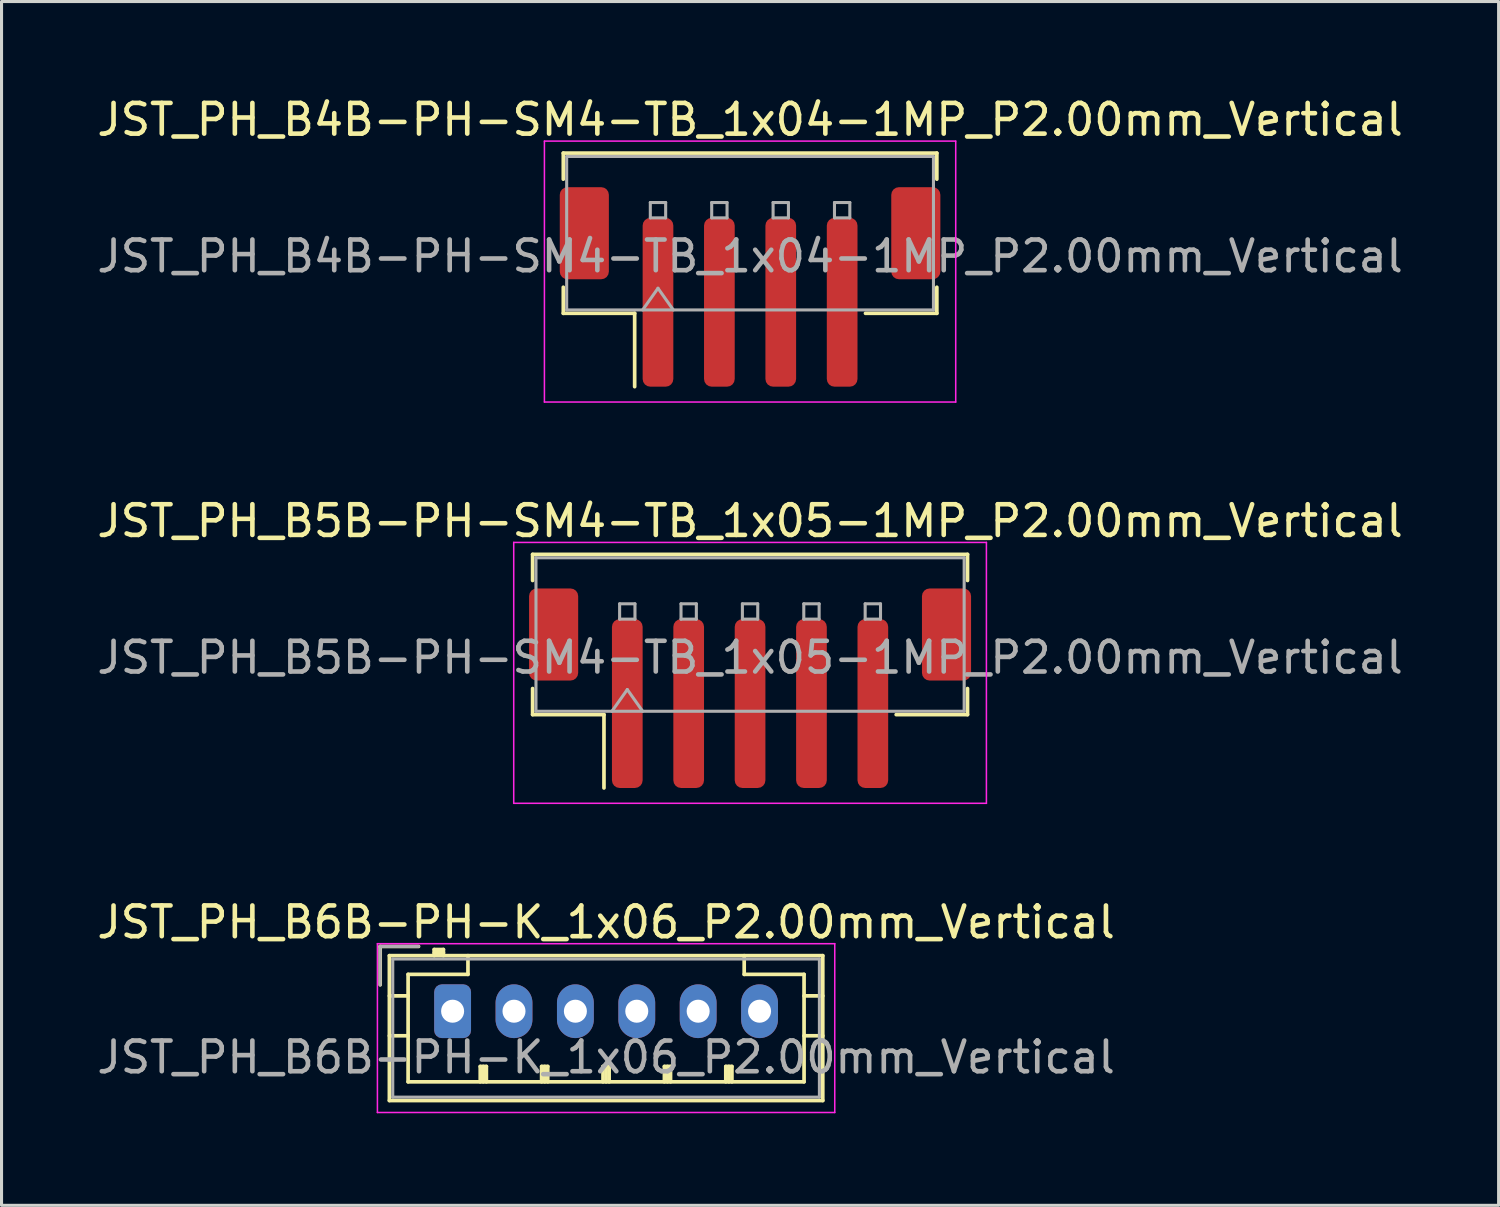
<source format=kicad_pcb>
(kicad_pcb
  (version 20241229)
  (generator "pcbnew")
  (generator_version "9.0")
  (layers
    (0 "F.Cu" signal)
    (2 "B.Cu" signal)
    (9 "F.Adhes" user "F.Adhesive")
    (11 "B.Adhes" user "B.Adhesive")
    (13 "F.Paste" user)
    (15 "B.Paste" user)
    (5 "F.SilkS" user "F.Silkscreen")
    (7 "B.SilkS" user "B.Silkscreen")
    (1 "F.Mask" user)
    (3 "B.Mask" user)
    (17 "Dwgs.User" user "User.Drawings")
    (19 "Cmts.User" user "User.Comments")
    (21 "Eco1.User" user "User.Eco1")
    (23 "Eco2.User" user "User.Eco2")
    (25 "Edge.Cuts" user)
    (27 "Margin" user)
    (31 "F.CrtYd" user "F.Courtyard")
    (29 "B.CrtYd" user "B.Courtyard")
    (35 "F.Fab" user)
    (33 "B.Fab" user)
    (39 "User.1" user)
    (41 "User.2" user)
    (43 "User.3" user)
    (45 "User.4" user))
  (footprint "JST_PH_B4B-PH-SM4-TB_1x04-1MP_P2.00mm_Vertical"
    (layer "F.Cu")
    (at 21.387 6.298)
    (property "Reference" "JST_PH_B4B-PH-SM4-TB_1x04-1MP_P2.00mm_Vertical" (at 0 -5.45 0) (layer "F.SilkS") (effects (font (size 1 1) (thickness 0.15))))
    (attr smd)
    (fp_line (start -6.085 -4.36) (end 6.085 -4.36) (stroke (width 0.12) (type solid)) (layer "F.SilkS"))
    (fp_line (start -6.085 -3.51) (end -6.085 -4.36) (stroke (width 0.12) (type solid)) (layer "F.SilkS"))
    (fp_line (start -6.085 0.01) (end -6.085 0.86) (stroke (width 0.12) (type solid)) (layer "F.SilkS"))
    (fp_line (start -6.085 0.86) (end -3.76 0.86) (stroke (width 0.12) (type solid)) (layer "F.SilkS"))
    (fp_line (start -3.76 0.86) (end -3.76 3.25) (stroke (width 0.12) (type solid)) (layer "F.SilkS"))
    (fp_line (start 6.085 -4.36) (end 6.085 -3.51) (stroke (width 0.12) (type solid)) (layer "F.SilkS"))
    (fp_line (start 6.085 0.01) (end 6.085 0.86) (stroke (width 0.12) (type solid)) (layer "F.SilkS"))
    (fp_line (start 6.085 0.86) (end 3.76 0.86) (stroke (width 0.12) (type solid)) (layer "F.SilkS"))
    (fp_line (start -6.7 -4.75) (end -6.7 3.75) (stroke (width 0.05) (type solid)) (layer "F.CrtYd"))
    (fp_line (start -6.7 3.75) (end 6.7 3.75) (stroke (width 0.05) (type solid)) (layer "F.CrtYd"))
    (fp_line (start 6.7 -4.75) (end -6.7 -4.75) (stroke (width 0.05) (type solid)) (layer "F.CrtYd"))
    (fp_line (start 6.7 3.75) (end 6.7 -4.75) (stroke (width 0.05) (type solid)) (layer "F.CrtYd"))
    (fp_line (start -5.975 -4.25) (end 5.975 -4.25) (stroke (width 0.1) (type solid)) (layer "F.Fab"))
    (fp_line (start -5.975 0.75) (end -5.975 -4.25) (stroke (width 0.1) (type solid)) (layer "F.Fab"))
    (fp_line (start -5.975 0.75) (end 5.975 0.75) (stroke (width 0.1) (type solid)) (layer "F.Fab"))
    (fp_line (start -3.5 0.75) (end -3 0.043) (stroke (width 0.1) (type solid)) (layer "F.Fab"))
    (fp_line (start -3.25 -2.75) (end -3.25 -2.25) (stroke (width 0.1) (type solid)) (layer "F.Fab"))
    (fp_line (start -3.25 -2.25) (end -2.75 -2.25) (stroke (width 0.1) (type solid)) (layer "F.Fab"))
    (fp_line (start -3 0.043) (end -2.5 0.75) (stroke (width 0.1) (type solid)) (layer "F.Fab"))
    (fp_line (start -2.75 -2.75) (end -3.25 -2.75) (stroke (width 0.1) (type solid)) (layer "F.Fab"))
    (fp_line (start -2.75 -2.25) (end -2.75 -2.75) (stroke (width 0.1) (type solid)) (layer "F.Fab"))
    (fp_line (start -1.25 -2.75) (end -1.25 -2.25) (stroke (width 0.1) (type solid)) (layer "F.Fab"))
    (fp_line (start -1.25 -2.25) (end -0.75 -2.25) (stroke (width 0.1) (type solid)) (layer "F.Fab"))
    (fp_line (start -0.75 -2.75) (end -1.25 -2.75) (stroke (width 0.1) (type solid)) (layer "F.Fab"))
    (fp_line (start -0.75 -2.25) (end -0.75 -2.75) (stroke (width 0.1) (type solid)) (layer "F.Fab"))
    (fp_line (start 0.75 -2.75) (end 0.75 -2.25) (stroke (width 0.1) (type solid)) (layer "F.Fab"))
    (fp_line (start 0.75 -2.25) (end 1.25 -2.25) (stroke (width 0.1) (type solid)) (layer "F.Fab"))
    (fp_line (start 1.25 -2.75) (end 0.75 -2.75) (stroke (width 0.1) (type solid)) (layer "F.Fab"))
    (fp_line (start 1.25 -2.25) (end 1.25 -2.75) (stroke (width 0.1) (type solid)) (layer "F.Fab"))
    (fp_line (start 2.75 -2.75) (end 2.75 -2.25) (stroke (width 0.1) (type solid)) (layer "F.Fab"))
    (fp_line (start 2.75 -2.25) (end 3.25 -2.25) (stroke (width 0.1) (type solid)) (layer "F.Fab"))
    (fp_line (start 3.25 -2.75) (end 2.75 -2.75) (stroke (width 0.1) (type solid)) (layer "F.Fab"))
    (fp_line (start 3.25 -2.25) (end 3.25 -2.75) (stroke (width 0.1) (type solid)) (layer "F.Fab"))
    (fp_line (start 5.975 0.75) (end 5.975 -4.25) (stroke (width 0.1) (type solid)) (layer "F.Fab"))
    (fp_text user "${REFERENCE}" (at 0 -1 0) (layer "F.Fab") (effects (font (size 1 1) (thickness 0.15))))
    (pad "1" smd roundrect (at -3 0.5) (size 1 5.5) (layers "F.Cu" "F.Mask" "F.Paste") (roundrect_rratio 0.25))
    (pad "2" smd roundrect (at -1 0.5) (size 1 5.5) (layers "F.Cu" "F.Mask" "F.Paste") (roundrect_rratio 0.25))
    (pad "3" smd roundrect (at 1 0.5) (size 1 5.5) (layers "F.Cu" "F.Mask" "F.Paste") (roundrect_rratio 0.25))
    (pad "4" smd roundrect (at 3 0.5) (size 1 5.5) (layers "F.Cu" "F.Mask" "F.Paste") (roundrect_rratio 0.25))
    (pad "MP" smd roundrect (at -5.4 -1.75) (size 1.6 3) (layers "F.Cu" "F.Mask" "F.Paste") (roundrect_rratio 0.156))
    (pad "MP" smd roundrect (at 5.4 -1.75) (size 1.6 3) (layers "F.Cu" "F.Mask" "F.Paste") (roundrect_rratio 0.156)))
  (footprint "JST_PH_B5B-PH-SM4-TB_1x05-1MP_P2.00mm_Vertical"
    (layer "F.Cu")
    (at 21.387 19.372)
    (property "Reference" "JST_PH_B5B-PH-SM4-TB_1x05-1MP_P2.00mm_Vertical" (at 0 -5.45 0) (layer "F.SilkS") (effects (font (size 1 1) (thickness 0.15))))
    (attr smd)
    (fp_line (start -7.085 -4.36) (end 7.085 -4.36) (stroke (width 0.12) (type solid)) (layer "F.SilkS"))
    (fp_line (start -7.085 -3.51) (end -7.085 -4.36) (stroke (width 0.12) (type solid)) (layer "F.SilkS"))
    (fp_line (start -7.085 0.01) (end -7.085 0.86) (stroke (width 0.12) (type solid)) (layer "F.SilkS"))
    (fp_line (start -7.085 0.86) (end -4.76 0.86) (stroke (width 0.12) (type solid)) (layer "F.SilkS"))
    (fp_line (start -4.76 0.86) (end -4.76 3.25) (stroke (width 0.12) (type solid)) (layer "F.SilkS"))
    (fp_line (start 7.085 -4.36) (end 7.085 -3.51) (stroke (width 0.12) (type solid)) (layer "F.SilkS"))
    (fp_line (start 7.085 0.01) (end 7.085 0.86) (stroke (width 0.12) (type solid)) (layer "F.SilkS"))
    (fp_line (start 7.085 0.86) (end 4.76 0.86) (stroke (width 0.12) (type solid)) (layer "F.SilkS"))
    (fp_line (start -7.7 -4.75) (end -7.7 3.75) (stroke (width 0.05) (type solid)) (layer "F.CrtYd"))
    (fp_line (start -7.7 3.75) (end 7.7 3.75) (stroke (width 0.05) (type solid)) (layer "F.CrtYd"))
    (fp_line (start 7.7 -4.75) (end -7.7 -4.75) (stroke (width 0.05) (type solid)) (layer "F.CrtYd"))
    (fp_line (start 7.7 3.75) (end 7.7 -4.75) (stroke (width 0.05) (type solid)) (layer "F.CrtYd"))
    (fp_line (start -6.975 -4.25) (end 6.975 -4.25) (stroke (width 0.1) (type solid)) (layer "F.Fab"))
    (fp_line (start -6.975 0.75) (end -6.975 -4.25) (stroke (width 0.1) (type solid)) (layer "F.Fab"))
    (fp_line (start -6.975 0.75) (end 6.975 0.75) (stroke (width 0.1) (type solid)) (layer "F.Fab"))
    (fp_line (start -4.5 0.75) (end -4 0.043) (stroke (width 0.1) (type solid)) (layer "F.Fab"))
    (fp_line (start -4.25 -2.75) (end -4.25 -2.25) (stroke (width 0.1) (type solid)) (layer "F.Fab"))
    (fp_line (start -4.25 -2.25) (end -3.75 -2.25) (stroke (width 0.1) (type solid)) (layer "F.Fab"))
    (fp_line (start -4 0.043) (end -3.5 0.75) (stroke (width 0.1) (type solid)) (layer "F.Fab"))
    (fp_line (start -3.75 -2.75) (end -4.25 -2.75) (stroke (width 0.1) (type solid)) (layer "F.Fab"))
    (fp_line (start -3.75 -2.25) (end -3.75 -2.75) (stroke (width 0.1) (type solid)) (layer "F.Fab"))
    (fp_line (start -2.25 -2.75) (end -2.25 -2.25) (stroke (width 0.1) (type solid)) (layer "F.Fab"))
    (fp_line (start -2.25 -2.25) (end -1.75 -2.25) (stroke (width 0.1) (type solid)) (layer "F.Fab"))
    (fp_line (start -1.75 -2.75) (end -2.25 -2.75) (stroke (width 0.1) (type solid)) (layer "F.Fab"))
    (fp_line (start -1.75 -2.25) (end -1.75 -2.75) (stroke (width 0.1) (type solid)) (layer "F.Fab"))
    (fp_line (start -0.25 -2.75) (end -0.25 -2.25) (stroke (width 0.1) (type solid)) (layer "F.Fab"))
    (fp_line (start -0.25 -2.25) (end 0.25 -2.25) (stroke (width 0.1) (type solid)) (layer "F.Fab"))
    (fp_line (start 0.25 -2.75) (end -0.25 -2.75) (stroke (width 0.1) (type solid)) (layer "F.Fab"))
    (fp_line (start 0.25 -2.25) (end 0.25 -2.75) (stroke (width 0.1) (type solid)) (layer "F.Fab"))
    (fp_line (start 1.75 -2.75) (end 1.75 -2.25) (stroke (width 0.1) (type solid)) (layer "F.Fab"))
    (fp_line (start 1.75 -2.25) (end 2.25 -2.25) (stroke (width 0.1) (type solid)) (layer "F.Fab"))
    (fp_line (start 2.25 -2.75) (end 1.75 -2.75) (stroke (width 0.1) (type solid)) (layer "F.Fab"))
    (fp_line (start 2.25 -2.25) (end 2.25 -2.75) (stroke (width 0.1) (type solid)) (layer "F.Fab"))
    (fp_line (start 3.75 -2.75) (end 3.75 -2.25) (stroke (width 0.1) (type solid)) (layer "F.Fab"))
    (fp_line (start 3.75 -2.25) (end 4.25 -2.25) (stroke (width 0.1) (type solid)) (layer "F.Fab"))
    (fp_line (start 4.25 -2.75) (end 3.75 -2.75) (stroke (width 0.1) (type solid)) (layer "F.Fab"))
    (fp_line (start 4.25 -2.25) (end 4.25 -2.75) (stroke (width 0.1) (type solid)) (layer "F.Fab"))
    (fp_line (start 6.975 0.75) (end 6.975 -4.25) (stroke (width 0.1) (type solid)) (layer "F.Fab"))
    (fp_text user "${REFERENCE}" (at 0 -1 0) (layer "F.Fab") (effects (font (size 1 1) (thickness 0.15))))
    (pad "1" smd roundrect (at -4 0.5) (size 1 5.5) (layers "F.Cu" "F.Mask" "F.Paste") (roundrect_rratio 0.25))
    (pad "2" smd roundrect (at -2 0.5) (size 1 5.5) (layers "F.Cu" "F.Mask" "F.Paste") (roundrect_rratio 0.25))
    (pad "3" smd roundrect (at 0 0.5) (size 1 5.5) (layers "F.Cu" "F.Mask" "F.Paste") (roundrect_rratio 0.25))
    (pad "4" smd roundrect (at 2 0.5) (size 1 5.5) (layers "F.Cu" "F.Mask" "F.Paste") (roundrect_rratio 0.25))
    (pad "5" smd roundrect (at 4 0.5) (size 1 5.5) (layers "F.Cu" "F.Mask" "F.Paste") (roundrect_rratio 0.25))
    (pad "MP" smd roundrect (at -6.4 -1.75) (size 1.6 3) (layers "F.Cu" "F.Mask" "F.Paste") (roundrect_rratio 0.156))
    (pad "MP" smd roundrect (at 6.4 -1.75) (size 1.6 3) (layers "F.Cu" "F.Mask" "F.Paste") (roundrect_rratio 0.156)))
  (footprint "JST_PH_B6B-PH-K_1x06_P2.00mm_Vertical"
    (layer "F.Cu")
    (at 11.696 29.895)
    (property "Reference" "JST_PH_B6B-PH-K_1x06_P2.00mm_Vertical" (at 5 -2.9 0) (layer "F.SilkS") (effects (font (size 1 1) (thickness 0.15))))
    (attr through_hole)
    (fp_line (start -2.36 -2.11) (end -2.36 -0.86) (stroke (width 0.12) (type solid)) (layer "F.SilkS"))
    (fp_line (start -2.06 -1.81) (end -2.06 2.91) (stroke (width 0.12) (type solid)) (layer "F.SilkS"))
    (fp_line (start -2.06 -0.5) (end -1.45 -0.5) (stroke (width 0.12) (type solid)) (layer "F.SilkS"))
    (fp_line (start -2.06 0.8) (end -1.45 0.8) (stroke (width 0.12) (type solid)) (layer "F.SilkS"))
    (fp_line (start -2.06 2.91) (end 12.06 2.91) (stroke (width 0.12) (type solid)) (layer "F.SilkS"))
    (fp_line (start -1.45 -1.2) (end -1.45 2.3) (stroke (width 0.12) (type solid)) (layer "F.SilkS"))
    (fp_line (start -1.45 2.3) (end 11.45 2.3) (stroke (width 0.12) (type solid)) (layer "F.SilkS"))
    (fp_line (start -1.11 -2.11) (end -2.36 -2.11) (stroke (width 0.12) (type solid)) (layer "F.SilkS"))
    (fp_line (start -0.6 -2.01) (end -0.6 -1.81) (stroke (width 0.12) (type solid)) (layer "F.SilkS"))
    (fp_line (start -0.3 -2.01) (end -0.6 -2.01) (stroke (width 0.12) (type solid)) (layer "F.SilkS"))
    (fp_line (start -0.3 -1.91) (end -0.6 -1.91) (stroke (width 0.12) (type solid)) (layer "F.SilkS"))
    (fp_line (start -0.3 -1.81) (end -0.3 -2.01) (stroke (width 0.12) (type solid)) (layer "F.SilkS"))
    (fp_line (start 0.5 -1.81) (end 0.5 -1.2) (stroke (width 0.12) (type solid)) (layer "F.SilkS"))
    (fp_line (start 0.5 -1.2) (end -1.45 -1.2) (stroke (width 0.12) (type solid)) (layer "F.SilkS"))
    (fp_line (start 0.9 1.8) (end 1.1 1.8) (stroke (width 0.12) (type solid)) (layer "F.SilkS"))
    (fp_line (start 0.9 2.3) (end 0.9 1.8) (stroke (width 0.12) (type solid)) (layer "F.SilkS"))
    (fp_line (start 1 2.3) (end 1 1.8) (stroke (width 0.12) (type solid)) (layer "F.SilkS"))
    (fp_line (start 1.1 1.8) (end 1.1 2.3) (stroke (width 0.12) (type solid)) (layer "F.SilkS"))
    (fp_line (start 2.9 1.8) (end 3.1 1.8) (stroke (width 0.12) (type solid)) (layer "F.SilkS"))
    (fp_line (start 2.9 2.3) (end 2.9 1.8) (stroke (width 0.12) (type solid)) (layer "F.SilkS"))
    (fp_line (start 3 2.3) (end 3 1.8) (stroke (width 0.12) (type solid)) (layer "F.SilkS"))
    (fp_line (start 3.1 1.8) (end 3.1 2.3) (stroke (width 0.12) (type solid)) (layer "F.SilkS"))
    (fp_line (start 4.9 1.8) (end 5.1 1.8) (stroke (width 0.12) (type solid)) (layer "F.SilkS"))
    (fp_line (start 4.9 2.3) (end 4.9 1.8) (stroke (width 0.12) (type solid)) (layer "F.SilkS"))
    (fp_line (start 5 2.3) (end 5 1.8) (stroke (width 0.12) (type solid)) (layer "F.SilkS"))
    (fp_line (start 5.1 1.8) (end 5.1 2.3) (stroke (width 0.12) (type solid)) (layer "F.SilkS"))
    (fp_line (start 6.9 1.8) (end 7.1 1.8) (stroke (width 0.12) (type solid)) (layer "F.SilkS"))
    (fp_line (start 6.9 2.3) (end 6.9 1.8) (stroke (width 0.12) (type solid)) (layer "F.SilkS"))
    (fp_line (start 7 2.3) (end 7 1.8) (stroke (width 0.12) (type solid)) (layer "F.SilkS"))
    (fp_line (start 7.1 1.8) (end 7.1 2.3) (stroke (width 0.12) (type solid)) (layer "F.SilkS"))
    (fp_line (start 8.9 1.8) (end 9.1 1.8) (stroke (width 0.12) (type solid)) (layer "F.SilkS"))
    (fp_line (start 8.9 2.3) (end 8.9 1.8) (stroke (width 0.12) (type solid)) (layer "F.SilkS"))
    (fp_line (start 9 2.3) (end 9 1.8) (stroke (width 0.12) (type solid)) (layer "F.SilkS"))
    (fp_line (start 9.1 1.8) (end 9.1 2.3) (stroke (width 0.12) (type solid)) (layer "F.SilkS"))
    (fp_line (start 9.5 -1.2) (end 9.5 -1.81) (stroke (width 0.12) (type solid)) (layer "F.SilkS"))
    (fp_line (start 11.45 -1.2) (end 9.5 -1.2) (stroke (width 0.12) (type solid)) (layer "F.SilkS"))
    (fp_line (start 11.45 2.3) (end 11.45 -1.2) (stroke (width 0.12) (type solid)) (layer "F.SilkS"))
    (fp_line (start 12.06 -1.81) (end -2.06 -1.81) (stroke (width 0.12) (type solid)) (layer "F.SilkS"))
    (fp_line (start 12.06 -0.5) (end 11.45 -0.5) (stroke (width 0.12) (type solid)) (layer "F.SilkS"))
    (fp_line (start 12.06 0.8) (end 11.45 0.8) (stroke (width 0.12) (type solid)) (layer "F.SilkS"))
    (fp_line (start 12.06 2.91) (end 12.06 -1.81) (stroke (width 0.12) (type solid)) (layer "F.SilkS"))
    (fp_line (start -2.45 -2.2) (end -2.45 3.3) (stroke (width 0.05) (type solid)) (layer "F.CrtYd"))
    (fp_line (start -2.45 3.3) (end 12.45 3.3) (stroke (width 0.05) (type solid)) (layer "F.CrtYd"))
    (fp_line (start 12.45 -2.2) (end -2.45 -2.2) (stroke (width 0.05) (type solid)) (layer "F.CrtYd"))
    (fp_line (start 12.45 3.3) (end 12.45 -2.2) (stroke (width 0.05) (type solid)) (layer "F.CrtYd"))
    (fp_line (start -2.36 -2.11) (end -2.36 -0.86) (stroke (width 0.1) (type solid)) (layer "F.Fab"))
    (fp_line (start -1.95 -1.7) (end -1.95 2.8) (stroke (width 0.1) (type solid)) (layer "F.Fab"))
    (fp_line (start -1.95 2.8) (end 11.95 2.8) (stroke (width 0.1) (type solid)) (layer "F.Fab"))
    (fp_line (start -1.11 -2.11) (end -2.36 -2.11) (stroke (width 0.1) (type solid)) (layer "F.Fab"))
    (fp_line (start 11.95 -1.7) (end -1.95 -1.7) (stroke (width 0.1) (type solid)) (layer "F.Fab"))
    (fp_line (start 11.95 2.8) (end 11.95 -1.7) (stroke (width 0.1) (type solid)) (layer "F.Fab"))
    (fp_text user "${REFERENCE}" (at 5 1.5 0) (layer "F.Fab") (effects (font (size 1 1) (thickness 0.15))))
    (pad "1" thru_hole roundrect (at 0 0) (size 1.2 1.75) (drill 0.75) (layers "*.Cu" "*.Mask") (roundrect_rratio 0.208))
    (pad "2" thru_hole oval (at 2 0) (size 1.2 1.75) (drill 0.75) (layers "*.Cu" "*.Mask"))
    (pad "3" thru_hole oval (at 4 0) (size 1.2 1.75) (drill 0.75) (layers "*.Cu" "*.Mask"))
    (pad "4" thru_hole oval (at 6 0) (size 1.2 1.75) (drill 0.75) (layers "*.Cu" "*.Mask"))
    (pad "5" thru_hole oval (at 8 0) (size 1.2 1.75) (drill 0.75) (layers "*.Cu" "*.Mask"))
    (pad "6" thru_hole oval (at 10 0) (size 1.2 1.75) (drill 0.75) (layers "*.Cu" "*.Mask")))
  (gr_rect
    (start -3 -3)
    (end 45.774 36.22)
    (stroke (width 0.1) (type default))
    (fill no)
    (layer "Edge.Cuts")))
</source>
